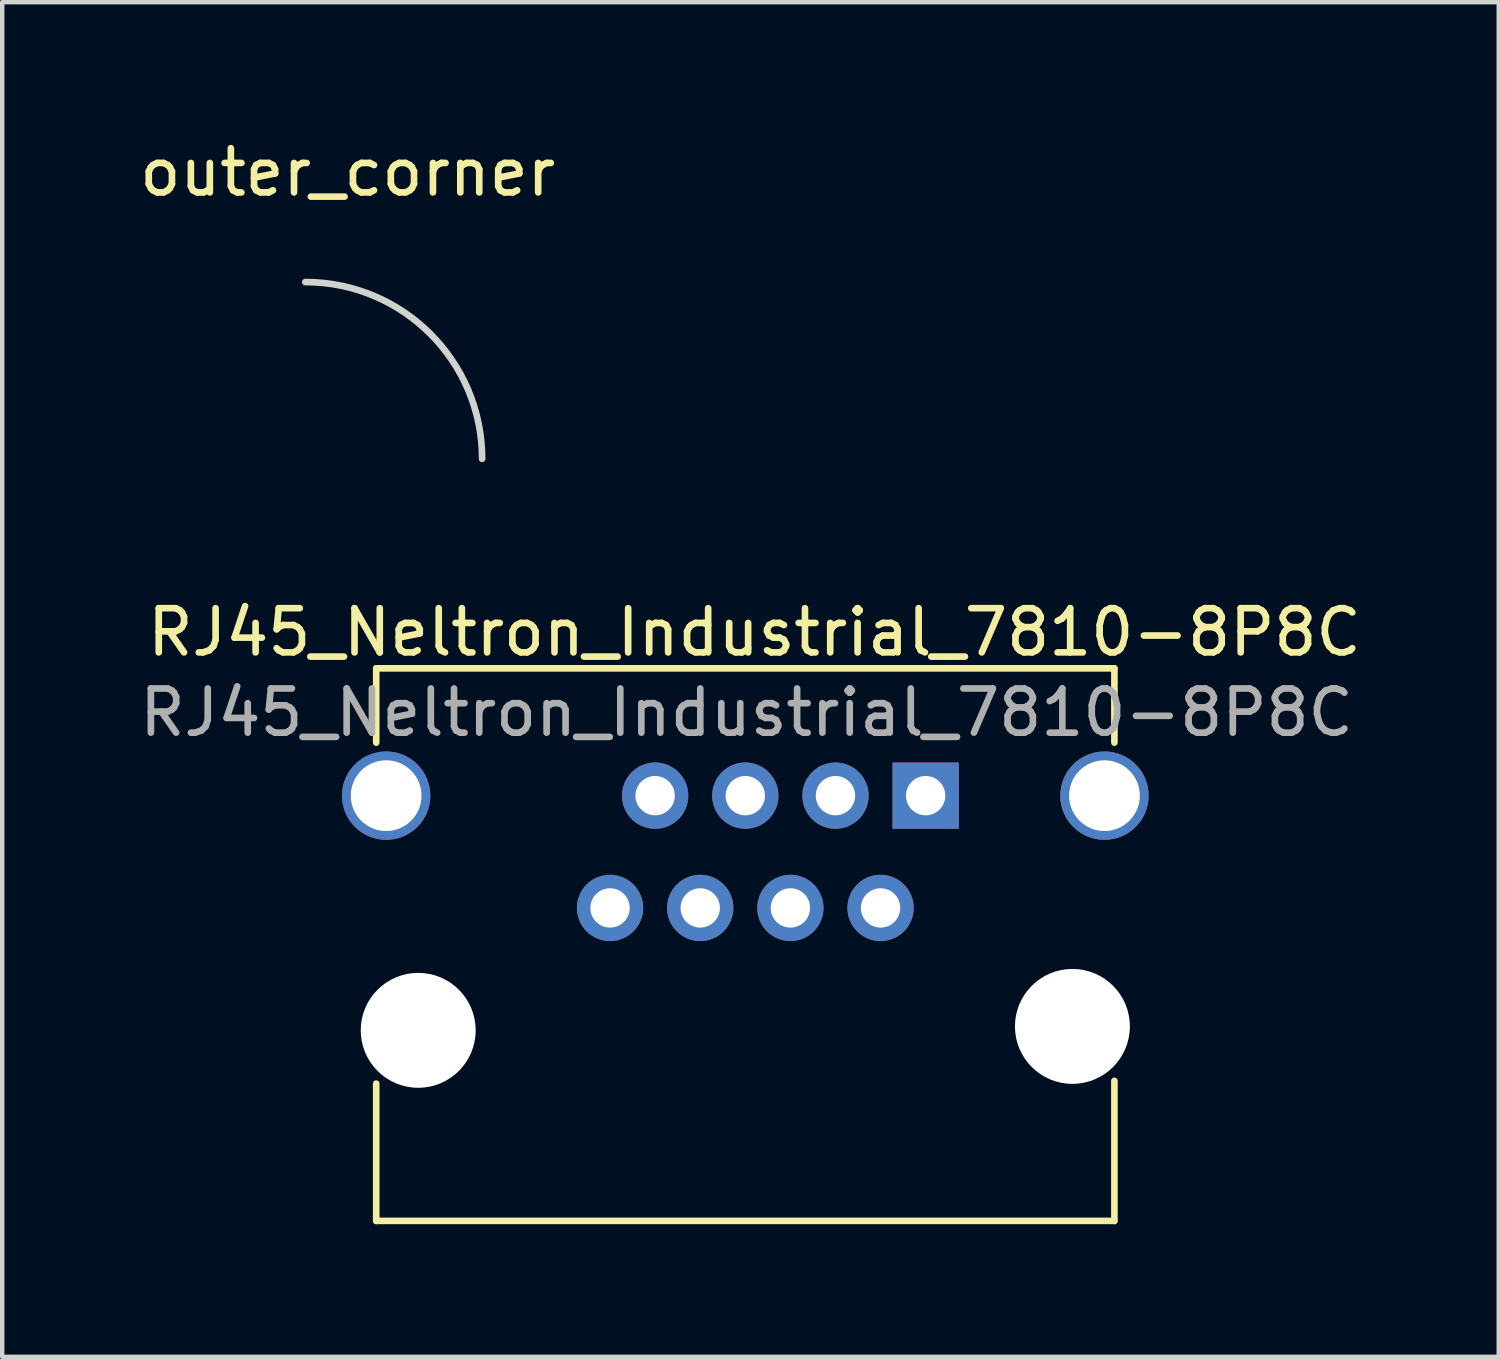
<source format=kicad_pcb>
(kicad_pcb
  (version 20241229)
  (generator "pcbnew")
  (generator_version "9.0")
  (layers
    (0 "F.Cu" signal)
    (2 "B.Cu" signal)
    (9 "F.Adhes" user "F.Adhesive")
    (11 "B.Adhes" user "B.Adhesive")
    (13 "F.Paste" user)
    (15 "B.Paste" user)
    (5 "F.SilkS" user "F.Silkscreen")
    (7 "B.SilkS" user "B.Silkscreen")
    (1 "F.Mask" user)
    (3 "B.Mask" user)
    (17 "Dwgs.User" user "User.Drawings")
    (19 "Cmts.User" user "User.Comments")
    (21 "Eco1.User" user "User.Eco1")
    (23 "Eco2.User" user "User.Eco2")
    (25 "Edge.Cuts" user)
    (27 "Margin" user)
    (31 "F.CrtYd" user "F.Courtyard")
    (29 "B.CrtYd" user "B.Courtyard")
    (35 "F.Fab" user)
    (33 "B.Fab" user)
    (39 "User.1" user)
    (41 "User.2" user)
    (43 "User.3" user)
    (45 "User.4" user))
  (footprint "outer_corner"
    (layer "F.Cu")
    (at 5.857 5.331)
    (property "Reference" "outer_corner" (at -1.041 -4.483 0) (layer "F.SilkS") (effects (font (size 1 1) (thickness 0.15))))
    (attr through_hole)
    (fp_arc (start -2 -2) (mid 0.828427 -0.828427) (end 2 2) (stroke (width 0.15) (type solid)) (layer "Edge.Cuts")))
  (footprint "RJ45_Neltron_Industrial_7810-8P8C"
    (layer "F.Cu")
    (at 17.891 14.95)
    (property "Reference" "RJ45_Neltron_Industrial_7810-8P8C" (at -3.873 -3.696 0) (layer "F.SilkS") (effects (font (size 1 1) (thickness 0.15))))
    (attr through_hole)
    (fp_line (start -12.43 -2.88) (end 4.27 -2.88) (stroke (width 0.15) (type solid)) (layer "F.SilkS"))
    (fp_line (start -12.43 -1.2) (end -12.43 -2.88) (stroke (width 0.15) (type solid)) (layer "F.SilkS"))
    (fp_line (start -12.43 6.515) (end -12.43 9.62) (stroke (width 0.15) (type solid)) (layer "F.SilkS"))
    (fp_line (start -12.43 9.62) (end 4.27 9.62) (stroke (width 0.15) (type solid)) (layer "F.SilkS"))
    (fp_line (start 4.27 -2.88) (end 4.27 -1.2) (stroke (width 0.15) (type solid)) (layer "F.SilkS"))
    (fp_line (start 4.27 9.62) (end 4.27 6.452) (stroke (width 0.15) (type solid)) (layer "F.SilkS"))
    (fp_text user "${REFERENCE}" (at -4.051 -1.88 0) (layer "F.Fab") (effects (font (size 1 1) (thickness 0.15))))
    (pad "" thru_hole circle (at -12.205 0) (size 2 2) (drill 1.6) (layers "*.Cu" "*.Mask"))
    (pad "" np_thru_hole circle (at -11.48 5.309) (size 2.6 2.6) (drill 2.6) (layers "*.Cu" "*.Mask"))
    (pad "" np_thru_hole circle (at 3.32 5.22) (size 2.6 2.6) (drill 2.6) (layers "*.Cu" "*.Mask"))
    (pad "" thru_hole circle (at 4.045 0) (size 2 2) (drill 1.6) (layers "*.Cu" "*.Mask"))
    (pad "1" thru_hole rect (at 0 0) (size 1.5 1.5) (drill 0.89) (layers "*.Cu" "*.Mask"))
    (pad "2" thru_hole circle (at -1.02 2.54) (size 1.5 1.5) (drill 0.89) (layers "*.Cu" "*.Mask"))
    (pad "3" thru_hole circle (at -2.04 0) (size 1.5 1.5) (drill 0.89) (layers "*.Cu" "*.Mask"))
    (pad "4" thru_hole circle (at -3.06 2.54) (size 1.5 1.5) (drill 0.89) (layers "*.Cu" "*.Mask"))
    (pad "5" thru_hole circle (at -4.08 0) (size 1.5 1.5) (drill 0.89) (layers "*.Cu" "*.Mask"))
    (pad "6" thru_hole circle (at -5.1 2.54) (size 1.5 1.5) (drill 0.89) (layers "*.Cu" "*.Mask"))
    (pad "7" thru_hole circle (at -6.12 0) (size 1.5 1.5) (drill 0.89) (layers "*.Cu" "*.Mask"))
    (pad "8" thru_hole circle (at -7.14 2.54) (size 1.5 1.5) (drill 0.89) (layers "*.Cu" "*.Mask")))
  (gr_rect
    (start -3 -3)
    (end 30.856 27.645)
    (stroke (width 0.1) (type default))
    (fill no)
    (layer "Edge.Cuts")))
</source>
